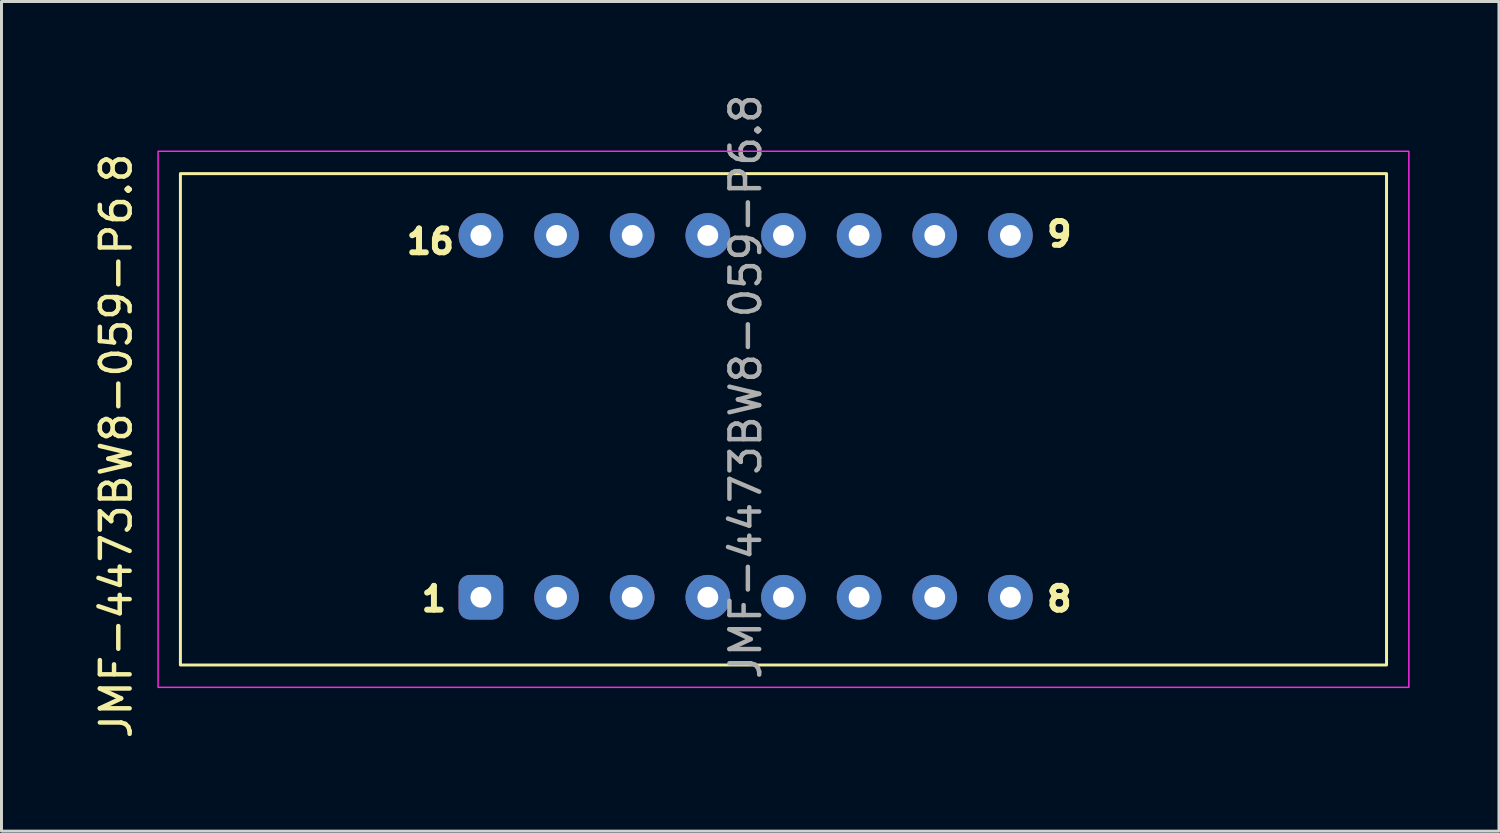
<source format=kicad_pcb>
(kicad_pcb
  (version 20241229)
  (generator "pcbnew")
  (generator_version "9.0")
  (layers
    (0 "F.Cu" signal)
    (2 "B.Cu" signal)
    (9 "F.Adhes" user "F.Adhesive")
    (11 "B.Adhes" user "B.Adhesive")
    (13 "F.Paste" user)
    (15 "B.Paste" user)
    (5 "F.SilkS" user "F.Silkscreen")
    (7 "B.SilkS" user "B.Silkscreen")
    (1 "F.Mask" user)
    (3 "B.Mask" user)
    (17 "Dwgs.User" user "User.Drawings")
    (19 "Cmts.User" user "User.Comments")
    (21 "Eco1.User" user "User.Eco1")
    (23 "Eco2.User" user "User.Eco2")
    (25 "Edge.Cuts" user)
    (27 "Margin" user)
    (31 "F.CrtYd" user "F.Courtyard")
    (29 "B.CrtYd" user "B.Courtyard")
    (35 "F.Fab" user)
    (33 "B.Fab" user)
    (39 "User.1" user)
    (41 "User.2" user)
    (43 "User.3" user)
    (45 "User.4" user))
  (footprint "JMF-4473BW8-059-P6.8"
    (layer "F.Cu")
    (at 21.598 10.225)
    (property "Reference" "JMF-4473BW8-059-P6.8" (at -20.75 1.7 90) (layer "F.SilkS") (effects (font (size 1 1) (thickness 0.15))))
    (attr through_hole)
    (fp_rect (start -18.59 -7.445) (end 21.91 9.055) (stroke (width 0.1) (type default)) (fill no) (layer "F.SilkS"))
    (fp_rect (start -19.34 -8.195) (end 22.66 9.805) (stroke (width 0.05) (type default)) (fill no) (layer "F.CrtYd"))
    (fp_line (start -8.5 8.805) (end -18.34 8.805) (stroke (width 0.1) (type default)) (layer "User.1"))
    (fp_line (start -8.5 8.805) (end -8.5 6.78) (stroke (width 0.1) (type default)) (layer "User.1"))
    (fp_line (start -0.88 -5.37) (end 5.92 -5.37) (stroke (width 0.1) (type default)) (layer "User.1"))
    (fp_rect (start -18.34 -7.195) (end 21.66 8.805) (stroke (width 0.1) (type default)) (fill no) (layer "User.1"))
    (fp_text user "8" (at 10.41 7.305 0) (unlocked yes) (layer "F.SilkS") (effects (font (size 0.8 0.8) (thickness 0.2) (bold yes)) (justify left bottom)))
    (fp_text user "9" (at 10.41 -4.945 0) (unlocked yes) (layer "F.SilkS") (effects (font (size 0.8 0.8) (thickness 0.2) (bold yes)) (justify left bottom)))
    (fp_text user "16" (at -11.09 -4.695 0) (unlocked yes) (layer "F.SilkS") (effects (font (size 0.8 0.8) (thickness 0.2) (bold yes)) (justify left bottom)))
    (fp_text user "1" (at -10.59 7.305 0) (unlocked yes) (layer "F.SilkS") (effects (font (size 0.8 0.8) (thickness 0.2) (bold yes)) (justify left bottom)))
    (fp_text user "${REFERENCE}" (at 0.39 -0.29 90) (layer "F.Fab") (effects (font (size 1 1) (thickness 0.15))))
    (pad "1" thru_hole roundrect (at -8.5 6.78 90) (size 1.5 1.5) (drill 0.7) (layers "*.Cu" "*.Mask") (roundrect_rratio 0.25))
    (pad "2" thru_hole circle (at -5.96 6.78 90) (size 1.5 1.5) (drill 0.7) (layers "*.Cu" "*.Mask"))
    (pad "3" thru_hole circle (at -3.42 6.78 90) (size 1.5 1.5) (drill 0.7) (layers "*.Cu" "*.Mask"))
    (pad "4" thru_hole circle (at -0.88 6.78 90) (size 1.5 1.5) (drill 0.7) (layers "*.Cu" "*.Mask"))
    (pad "5" thru_hole circle (at 1.66 6.78 90) (size 1.5 1.5) (drill 0.7) (layers "*.Cu" "*.Mask"))
    (pad "6" thru_hole circle (at 4.2 6.78 90) (size 1.5 1.5) (drill 0.7) (layers "*.Cu" "*.Mask"))
    (pad "7" thru_hole circle (at 6.74 6.78 90) (size 1.5 1.5) (drill 0.7) (layers "*.Cu" "*.Mask"))
    (pad "8" thru_hole circle (at 9.28 6.78 90) (size 1.5 1.5) (drill 0.7) (layers "*.Cu" "*.Mask"))
    (pad "9" thru_hole circle (at 9.28 -5.37 90) (size 1.5 1.5) (drill 0.7) (layers "*.Cu" "*.Mask"))
    (pad "10" thru_hole circle (at 6.74 -5.37 90) (size 1.5 1.5) (drill 0.7) (layers "*.Cu" "*.Mask"))
    (pad "11" thru_hole circle (at 4.2 -5.37 90) (size 1.5 1.5) (drill 0.7) (layers "*.Cu" "*.Mask"))
    (pad "12" thru_hole circle (at 1.66 -5.37 90) (size 1.5 1.5) (drill 0.7) (layers "*.Cu" "*.Mask"))
    (pad "13" thru_hole circle (at -0.88 -5.37 90) (size 1.5 1.5) (drill 0.7) (layers "*.Cu" "*.Mask"))
    (pad "14" thru_hole circle (at -3.42 -5.37 90) (size 1.5 1.5) (drill 0.7) (layers "*.Cu" "*.Mask"))
    (pad "15" thru_hole circle (at -5.96 -5.37 90) (size 1.5 1.5) (drill 0.7) (layers "*.Cu" "*.Mask"))
    (pad "16" thru_hole circle (at -8.5 -5.37 90) (size 1.5 1.5) (drill 0.7) (layers "*.Cu" "*.Mask")))
  (gr_rect
    (start -3 -3)
    (end 47.283 24.859)
    (stroke (width 0.1) (type default))
    (fill no)
    (layer "Edge.Cuts")))
</source>
